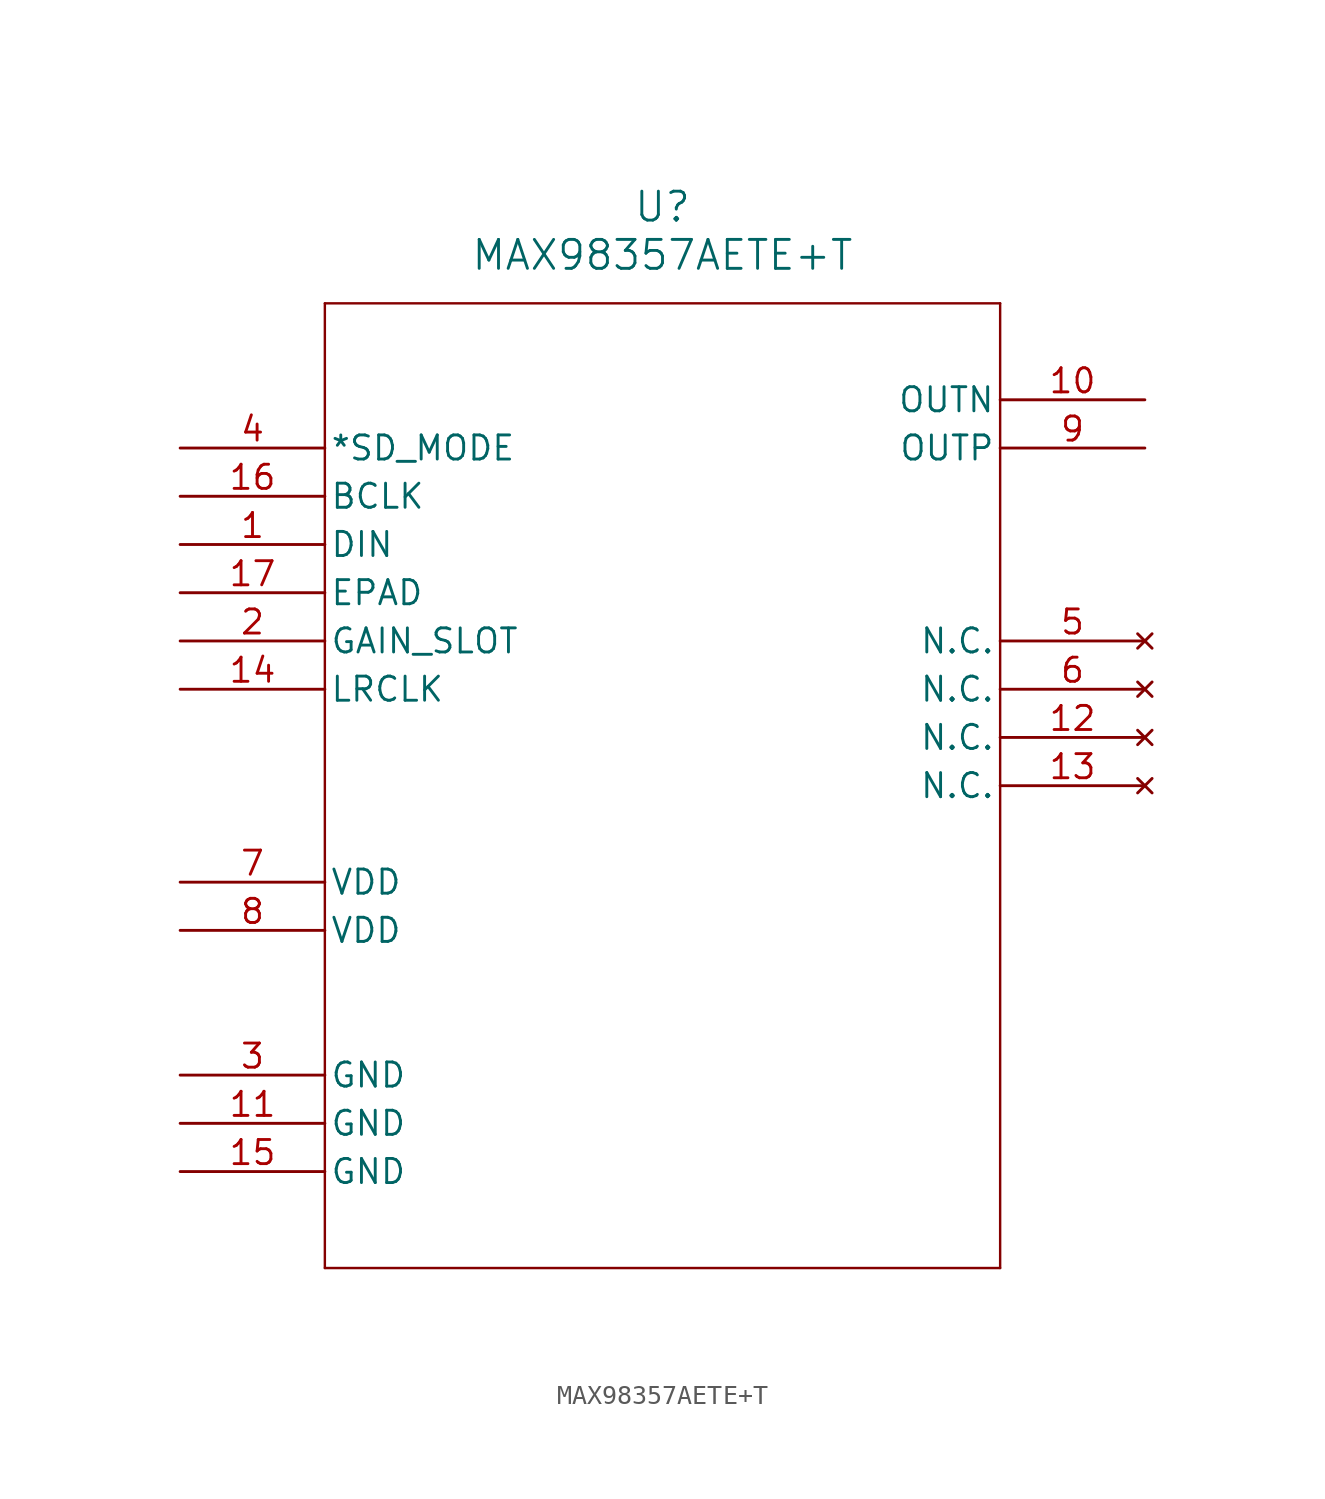
<source format=kicad_sym>
(kicad_symbol_lib
  (version 20211014)
  (generator kicad_symbol_editor)
  (symbol "MAX98357AETE+T"
    (pin_names
      (offset 0.254))
    (property "Reference" "U"
      (at 25.4 12.7 0)
      (effects (font (size 1.524 1.524))))
    (property "Value" "MAX98357AETE+T"
      (at 25.4 10.16 0)
      (effects (font (size 1.524 1.524))))
    (polyline
      (pts (xy 7.62 7.62) (xy 7.62 -43.18))
      (stroke (width 0.127) (type default) (color 0 0 0 0))
      (fill (type none)))
    (polyline
      (pts (xy 7.62 -43.18) (xy 43.18 -43.18))
      (stroke (width 0.127) (type default) (color 0 0 0 0))
      (fill (type none)))
    (polyline
      (pts (xy 43.18 -43.18) (xy 43.18 7.62))
      (stroke (width 0.127) (type default) (color 0 0 0 0))
      (fill (type none)))
    (polyline
      (pts (xy 43.18 7.62) (xy 7.62 7.62))
      (stroke (width 0.127) (type default) (color 0 0 0 0))
      (fill (type none)))
    (pin unspecified line
      (at 0 -5.08 0)
      (length 7.62)
      (name "DIN" (effects (font (size 1.27 1.27))))
      (number "1" (effects (font (size 1.27 1.27)))))
    (pin unspecified line
      (at 0 -10.16 0)
      (length 7.62)
      (name "GAIN_SLOT" (effects (font (size 1.27 1.27))))
      (number "2" (effects (font (size 1.27 1.27)))))
    (pin power_out line
      (at 0 -33.02 0)
      (length 7.62)
      (name "GND" (effects (font (size 1.27 1.27))))
      (number "3" (effects (font (size 1.27 1.27)))))
    (pin unspecified line
      (at 0 0 0)
      (length 7.62)
      (name "*SD_MODE" (effects (font (size 1.27 1.27))))
      (number "4" (effects (font (size 1.27 1.27)))))
    (pin no_connect line
      (at 50.8 -10.16 180)
      (length 7.62)
      (name "N.C." (effects (font (size 1.27 1.27))))
      (number "5" (effects (font (size 1.27 1.27)))))
    (pin no_connect line
      (at 50.8 -12.7 180)
      (length 7.62)
      (name "N.C." (effects (font (size 1.27 1.27))))
      (number "6" (effects (font (size 1.27 1.27)))))
    (pin power_in line
      (at 0 -22.86 0)
      (length 7.62)
      (name "VDD" (effects (font (size 1.27 1.27))))
      (number "7" (effects (font (size 1.27 1.27)))))
    (pin power_in line
      (at 0 -25.4 0)
      (length 7.62)
      (name "VDD" (effects (font (size 1.27 1.27))))
      (number "8" (effects (font (size 1.27 1.27)))))
    (pin output line
      (at 50.8 0 180)
      (length 7.62)
      (name "OUTP" (effects (font (size 1.27 1.27))))
      (number "9" (effects (font (size 1.27 1.27)))))
    (pin output line
      (at 50.8 2.54 180)
      (length 7.62)
      (name "OUTN" (effects (font (size 1.27 1.27))))
      (number "10" (effects (font (size 1.27 1.27)))))
    (pin power_out line
      (at 0 -35.56 0)
      (length 7.62)
      (name "GND" (effects (font (size 1.27 1.27))))
      (number "11" (effects (font (size 1.27 1.27)))))
    (pin no_connect line
      (at 50.8 -15.24 180)
      (length 7.62)
      (name "N.C." (effects (font (size 1.27 1.27))))
      (number "12" (effects (font (size 1.27 1.27)))))
    (pin no_connect line
      (at 50.8 -17.78 180)
      (length 7.62)
      (name "N.C." (effects (font (size 1.27 1.27))))
      (number "13" (effects (font (size 1.27 1.27)))))
    (pin unspecified line
      (at 0 -12.7 0)
      (length 7.62)
      (name "LRCLK" (effects (font (size 1.27 1.27))))
      (number "14" (effects (font (size 1.27 1.27)))))
    (pin power_out line
      (at 0 -38.1 0)
      (length 7.62)
      (name "GND" (effects (font (size 1.27 1.27))))
      (number "15" (effects (font (size 1.27 1.27)))))
    (pin unspecified line
      (at 0 -2.54 0)
      (length 7.62)
      (name "BCLK" (effects (font (size 1.27 1.27))))
      (number "16" (effects (font (size 1.27 1.27)))))
    (pin unspecified line
      (at 0 -7.62 0)
      (length 7.62)
      (name "EPAD" (effects (font (size 1.27 1.27))))
      (number "17" (effects (font (size 1.27 1.27)))))))
</source>
